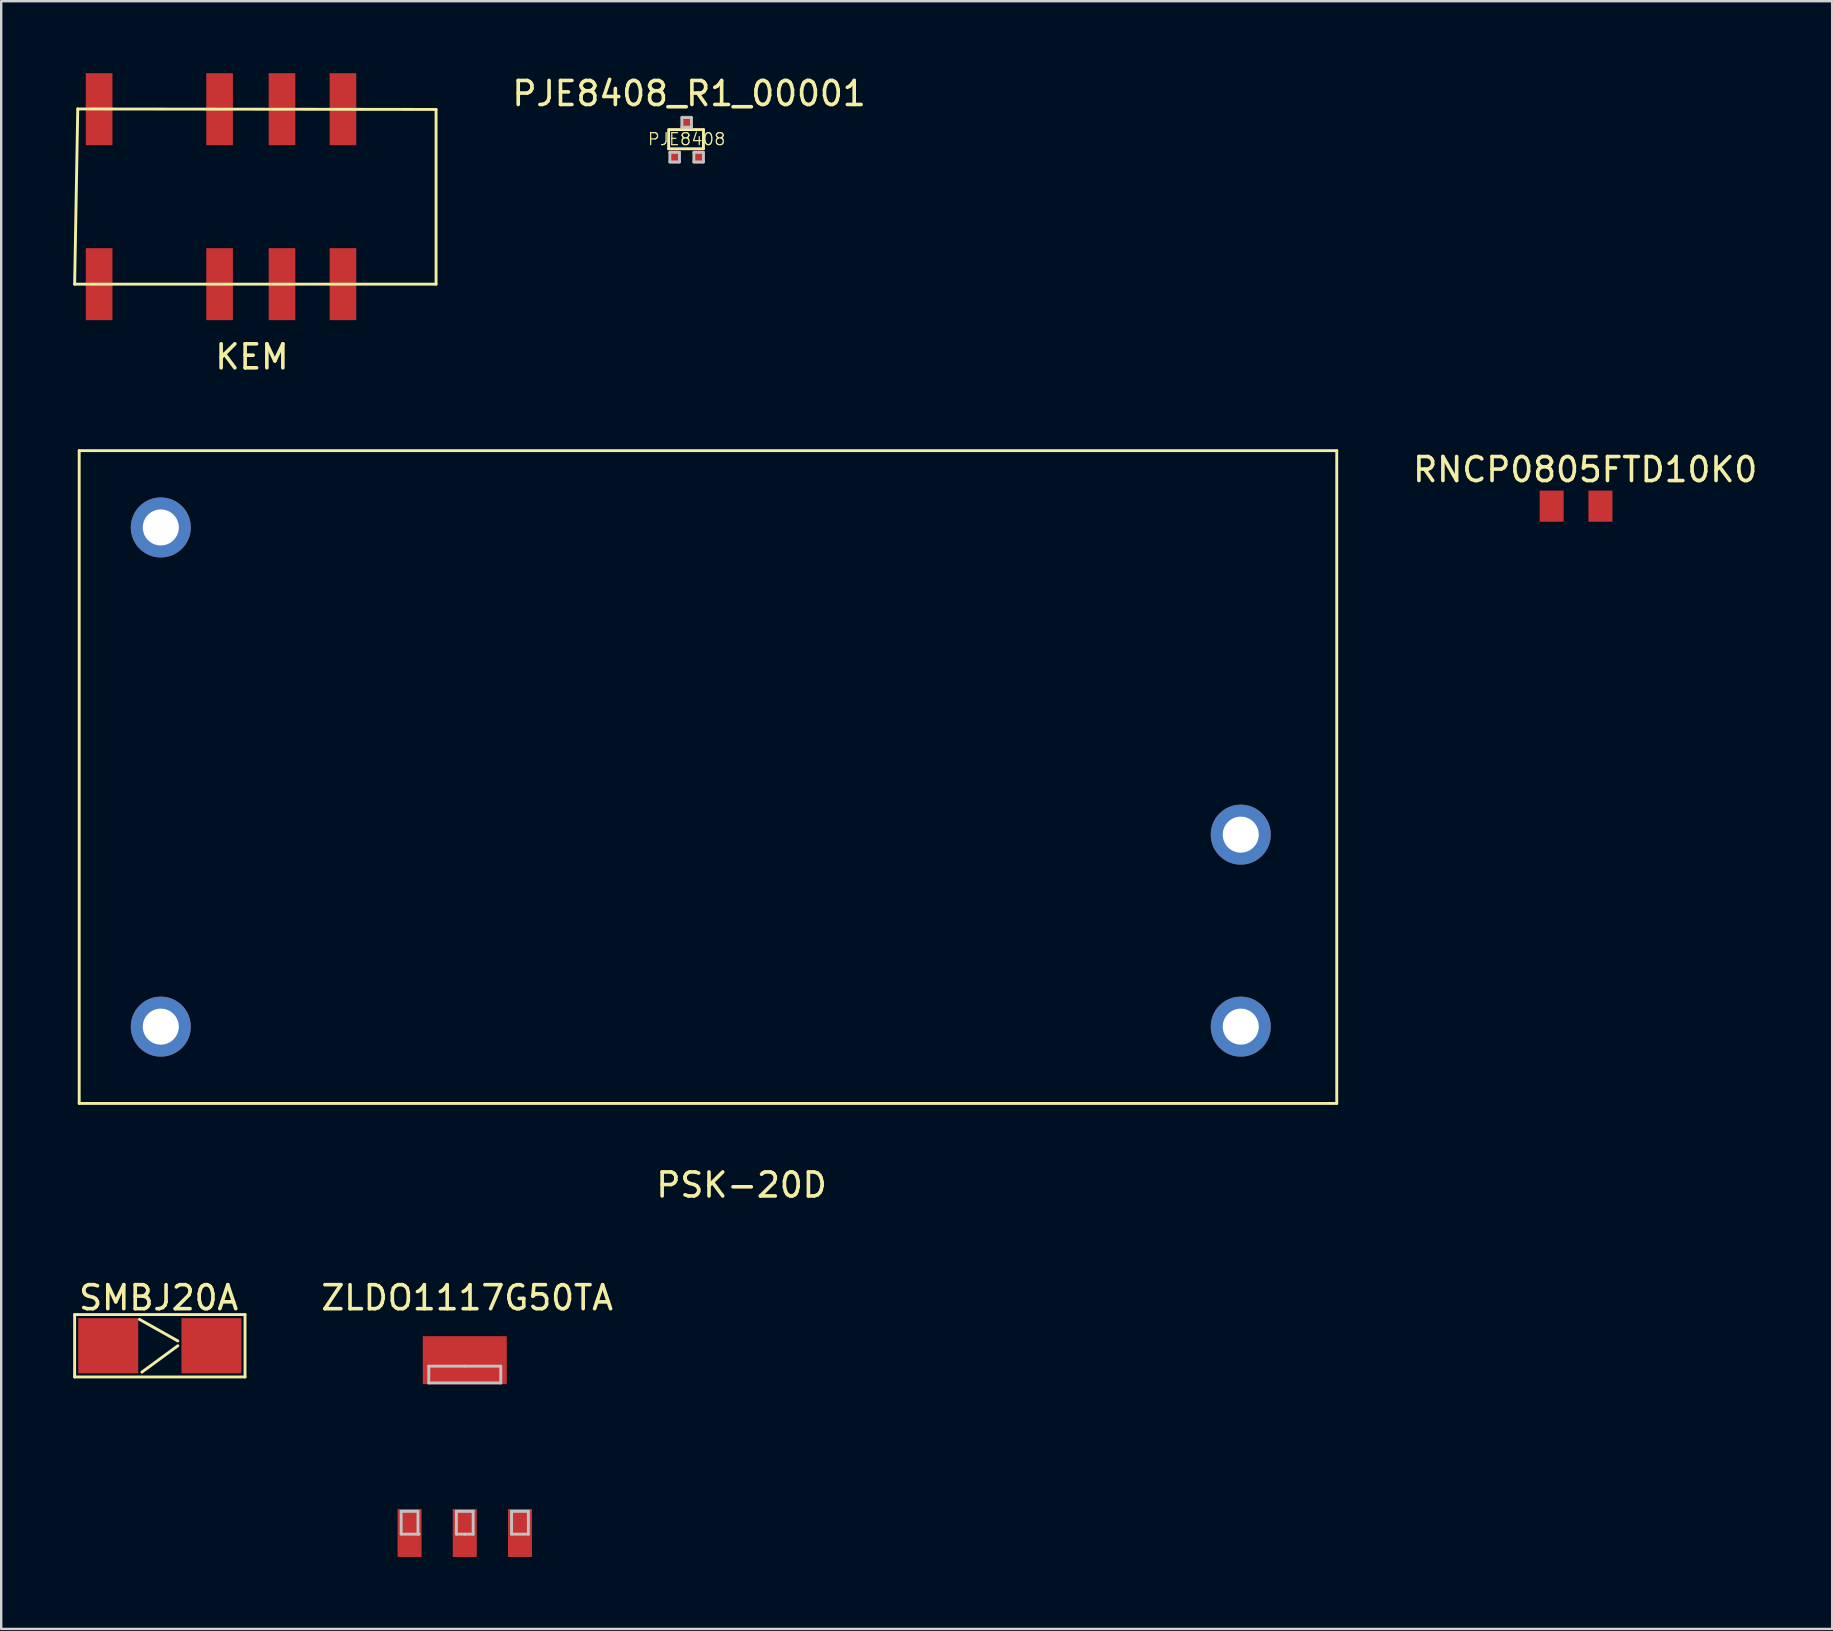
<source format=kicad_pcb>
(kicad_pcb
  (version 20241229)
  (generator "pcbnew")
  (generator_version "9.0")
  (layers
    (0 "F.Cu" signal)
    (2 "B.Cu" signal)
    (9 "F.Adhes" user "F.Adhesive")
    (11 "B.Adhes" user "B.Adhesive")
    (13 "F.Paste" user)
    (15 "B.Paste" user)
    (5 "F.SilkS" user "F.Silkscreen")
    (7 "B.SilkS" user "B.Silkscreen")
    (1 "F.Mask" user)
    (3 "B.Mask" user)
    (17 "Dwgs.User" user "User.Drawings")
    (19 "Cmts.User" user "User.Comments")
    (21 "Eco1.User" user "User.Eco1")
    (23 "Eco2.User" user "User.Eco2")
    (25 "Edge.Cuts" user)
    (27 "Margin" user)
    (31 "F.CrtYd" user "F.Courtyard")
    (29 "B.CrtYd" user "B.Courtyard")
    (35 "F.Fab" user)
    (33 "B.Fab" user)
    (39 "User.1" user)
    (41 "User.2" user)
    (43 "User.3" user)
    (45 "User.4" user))
  (footprint "ZLDO1117G50TA"
    (layer "F.Cu")
    (at 16.316 50.426)
    (property "Reference" "ZLDO1117G50TA" (at 0.1 0.6 0) (layer "F.SilkS") (effects (font (size 1 1) (thickness 0.15))))
    (attr through_hole)
    (fp_line (start -2.65 9.5) (end -2.65 10.45) (stroke (width 0.12) (type solid)) (layer "Dwgs.User"))
    (fp_line (start -2.65 10.45) (end -1.9 10.45) (stroke (width 0.12) (type solid)) (layer "Dwgs.User"))
    (fp_line (start -1.95 9.5) (end -2.65 9.5) (stroke (width 0.12) (type solid)) (layer "Dwgs.User"))
    (fp_line (start -1.95 10.45) (end -1.95 9.5) (stroke (width 0.12) (type solid)) (layer "Dwgs.User"))
    (fp_line (start -1.5 3.45) (end 0 3.45) (stroke (width 0.12) (type solid)) (layer "Dwgs.User"))
    (fp_line (start -1.5 4.15) (end -1.5 3.45) (stroke (width 0.12) (type solid)) (layer "Dwgs.User"))
    (fp_line (start -0.35 9.5) (end -0.35 10.45) (stroke (width 0.12) (type solid)) (layer "Dwgs.User"))
    (fp_line (start -0.35 10.45) (end 0 10.45) (stroke (width 0.12) (type solid)) (layer "Dwgs.User"))
    (fp_line (start 0 3.45) (end 1.5 3.45) (stroke (width 0.12) (type solid)) (layer "Dwgs.User"))
    (fp_line (start 0 10.45) (end 0.35 10.45) (stroke (width 0.12) (type solid)) (layer "Dwgs.User"))
    (fp_line (start 0.35 9.5) (end -0.35 9.5) (stroke (width 0.12) (type solid)) (layer "Dwgs.User"))
    (fp_line (start 0.35 10.45) (end 0.35 9.5) (stroke (width 0.12) (type solid)) (layer "Dwgs.User"))
    (fp_line (start 1.5 3.45) (end 1.5 4.15) (stroke (width 0.12) (type solid)) (layer "Dwgs.User"))
    (fp_line (start 1.5 4.15) (end -1.5 4.15) (stroke (width 0.12) (type solid)) (layer "Dwgs.User"))
    (fp_line (start 1.95 9.5) (end 2.65 9.5) (stroke (width 0.12) (type solid)) (layer "Dwgs.User"))
    (fp_line (start 1.95 10.45) (end 1.95 9.5) (stroke (width 0.12) (type solid)) (layer "Dwgs.User"))
    (fp_line (start 2.65 9.5) (end 2.65 10.45) (stroke (width 0.12) (type solid)) (layer "Dwgs.User"))
    (fp_line (start 2.65 10.45) (end 1.95 10.45) (stroke (width 0.12) (type solid)) (layer "Dwgs.User"))
    (pad "1" smd rect (at -2.3 10.4) (size 1 2) (layers "F.Cu" "F.Mask" "F.Paste"))
    (pad "2" smd rect (at 0 3.2) (size 3.5 2) (layers "F.Cu" "F.Mask" "F.Paste"))
    (pad "2" smd rect (at 0 10.4) (size 1 2) (layers "F.Cu" "F.Mask" "F.Paste"))
    (pad "3" smd rect (at 2.3 10.4) (size 1 2) (layers "F.Cu" "F.Mask" "F.Paste")))
  (footprint "SMBJ20A"
    (layer "F.Cu")
    (at 3.56 53.125)
    (property "Reference" "SMBJ20A" (at 0 -2.1 0) (layer "F.SilkS") (effects (font (size 1 1) (thickness 0.15))))
    (attr through_hole)
    (fp_line (start -3.5 -1.4) (end 3.6 -1.4) (stroke (width 0.12) (type solid)) (layer "F.SilkS"))
    (fp_line (start -3.5 1.2) (end -3.5 -1.4) (stroke (width 0.12) (type solid)) (layer "F.SilkS"))
    (fp_line (start -0.8 -1.2) (end 0.8 -0.3) (stroke (width 0.12) (type solid)) (layer "F.SilkS"))
    (fp_line (start 0.8 -0.1) (end -0.7 1) (stroke (width 0.12) (type solid)) (layer "F.SilkS"))
    (fp_line (start 3.6 -1.4) (end 3.6 1.2) (stroke (width 0.12) (type solid)) (layer "F.SilkS"))
    (fp_line (start 3.6 1.2) (end -3.5 1.2) (stroke (width 0.12) (type solid)) (layer "F.SilkS"))
    (pad "1" smd rect (at -2.1 -0.1) (size 2.5 2.3) (layers "F.Cu" "F.Mask" "F.Paste"))
    (pad "2" smd rect (at 2.2 -0.1) (size 2.5 2.3) (layers "F.Cu" "F.Mask" "F.Paste")))
  (footprint "PJE8408_R1_00001"
    (layer "F.Cu")
    (at 25.662 0.348)
    (property "Reference" "PJE8408_R1_00001" (at 0 0.5 0) (layer "F.SilkS") (effects (font (size 1 1) (thickness 0.15))))
    (attr through_hole)
    (fp_line (start -0.85 2.8) (end -0.85 2) (stroke (width 0.12) (type solid)) (layer "F.SilkS"))
    (fp_line (start -0.8 2) (end 0.6 2) (stroke (width 0.12) (type solid)) (layer "F.SilkS"))
    (fp_line (start 0.6 2) (end 0.6 2.8) (stroke (width 0.12) (type solid)) (layer "F.SilkS"))
    (fp_line (start 0.6 2.8) (end -0.85 2.8) (stroke (width 0.12) (type solid)) (layer "F.SilkS"))
    (fp_line (start -0.8 2.95) (end -0.8 3.35) (stroke (width 0.12) (type solid)) (layer "Dwgs.User"))
    (fp_line (start -0.8 3.35) (end -0.4 3.35) (stroke (width 0.12) (type solid)) (layer "Dwgs.User"))
    (fp_line (start -0.4 2.95) (end -0.8 2.95) (stroke (width 0.12) (type solid)) (layer "Dwgs.User"))
    (fp_line (start -0.4 3.35) (end -0.4 2.95) (stroke (width 0.12) (type solid)) (layer "Dwgs.User"))
    (fp_line (start -0.3 1.5) (end 0.1 1.5) (stroke (width 0.12) (type solid)) (layer "Dwgs.User"))
    (fp_line (start -0.3 1.9) (end -0.3 1.5) (stroke (width 0.12) (type solid)) (layer "Dwgs.User"))
    (fp_line (start 0.1 1.5) (end 0.1 1.9) (stroke (width 0.12) (type solid)) (layer "Dwgs.User"))
    (fp_line (start 0.1 1.9) (end -0.3 1.9) (stroke (width 0.12) (type solid)) (layer "Dwgs.User"))
    (fp_line (start 0.2 2.95) (end 0.2 3.35) (stroke (width 0.12) (type solid)) (layer "Dwgs.User"))
    (fp_line (start 0.6 2.95) (end 0.2 2.95) (stroke (width 0.12) (type solid)) (layer "Dwgs.User"))
    (fp_line (start 0.6 2.95) (end 0.6 3.35) (stroke (width 0.12) (type solid)) (layer "Dwgs.User"))
    (fp_line (start 0.6 3.35) (end 0.2 3.35) (stroke (width 0.12) (type solid)) (layer "Dwgs.User"))
    (fp_text user "PJE8408" (at -0.1 2.4 0) (layer "F.SilkS") (effects (font (size 0.5 0.5) (thickness 0.05))))
    (pad "1" smd rect (at -0.1 1.7) (size 0.4 0.55) (layers "F.Cu" "F.Mask" "F.Paste"))
    (pad "2" smd rect (at -0.6 3.15) (size 0.4 0.55) (layers "F.Cu" "F.Mask" "F.Paste"))
    (pad "3" smd rect (at 0.4 3.15) (size 0.4 0.55) (layers "F.Cu" "F.Mask" "F.Paste")))
  (footprint "KEM"
    (layer "F.Cu")
    (at 1.08 8.79)
    (property "Reference" "KEM" (at 6.37 3.03 0) (layer "F.SilkS") (effects (font (size 1 1) (thickness 0.15))))
    (attr through_hole)
    (fp_line (start -1.02 0) (end 14.04 0) (stroke (width 0.12) (type solid)) (layer "F.SilkS"))
    (fp_line (start -0.89 -7.3) (end -1.02 0) (stroke (width 0.12) (type solid)) (layer "F.SilkS"))
    (fp_line (start 14.04 -7.28) (end -0.89 -7.3) (stroke (width 0.12) (type solid)) (layer "F.SilkS"))
    (fp_line (start 14.04 0) (end 14.04 -7.28) (stroke (width 0.12) (type solid)) (layer "F.SilkS"))
    (pad "1" smd rect (at 0 0) (size 1.11 3) (layers "F.Cu" "F.Mask" "F.Paste"))
    (pad "3" smd rect (at 5.02 0) (size 1.11 3) (layers "F.Cu" "F.Mask" "F.Paste"))
    (pad "4" smd rect (at 7.62 0) (size 1.11 3) (layers "F.Cu" "F.Mask" "F.Paste"))
    (pad "5" smd rect (at 10.16 0) (size 1.11 3) (layers "F.Cu" "F.Mask" "F.Paste"))
    (pad "8" smd rect (at 10.16 -7.29) (size 1.11 3) (layers "F.Cu" "F.Mask" "F.Paste"))
    (pad "9" smd rect (at 7.62 -7.29) (size 1.11 3) (layers "F.Cu" "F.Mask" "F.Paste"))
    (pad "10" smd rect (at 5.02 -7.29) (size 1.11 3) (layers "F.Cu" "F.Mask" "F.Paste"))
    (pad "12" smd rect (at 0 -7.29) (size 1.11 3) (layers "F.Cu" "F.Mask" "F.Paste")))
  (footprint "PSK-20D"
    (layer "F.Cu")
    (at 0.25 42.928)
    (property "Reference" "PSK-20D" (at 27.6 3.4 0) (layer "F.SilkS") (effects (font (size 1 1) (thickness 0.15))))
    (attr through_hole)
    (fp_line (start 0 -27.2) (end 0 0) (stroke (width 0.12) (type solid)) (layer "F.SilkS"))
    (fp_line (start 0 0) (end 52.4 0) (stroke (width 0.12) (type solid)) (layer "F.SilkS"))
    (fp_line (start 52.4 -27.2) (end 0 -27.2) (stroke (width 0.12) (type solid)) (layer "F.SilkS"))
    (fp_line (start 52.4 0) (end 52.4 -27.2) (stroke (width 0.12) (type solid)) (layer "F.SilkS"))
    (pad "1" thru_hole circle (at 3.4 -24) (size 2.5 2.5) (drill 1.5) (layers "*.Cu" "*.Mask"))
    (pad "2" thru_hole circle (at 3.4 -3.2) (size 2.5 2.5) (drill 1.5) (layers "*.Cu" "*.Mask"))
    (pad "3" thru_hole circle (at 48.4 -3.2) (size 2.5 2.5) (drill 1.5) (layers "*.Cu" "*.Mask"))
    (pad "4" thru_hole circle (at 48.4 -11.2) (size 2.5 2.5) (drill 1.5) (layers "*.Cu" "*.Mask")))
  (footprint "RNCP0805FTD10K0"
    (layer "F.Cu")
    (at 62.621 18.168)
    (property "Reference" "RNCP0805FTD10K0" (at 0.381 -1.651 0) (layer "F.SilkS") (effects (font (size 1 1) (thickness 0.15))))
    (attr through_hole)
    (pad "1" smd rect (at -1.016 -0.127) (size 1 1.3) (layers "F.Cu" "F.Mask" "F.Paste"))
    (pad "2" smd rect (at 1.016 -0.127) (size 1 1.3) (layers "F.Cu" "F.Mask" "F.Paste")))
  (gr_rect
    (start -3 -3)
    (end 73.293 64.826)
    (stroke (width 0.1) (type default))
    (fill no)
    (layer "Edge.Cuts")))
</source>
